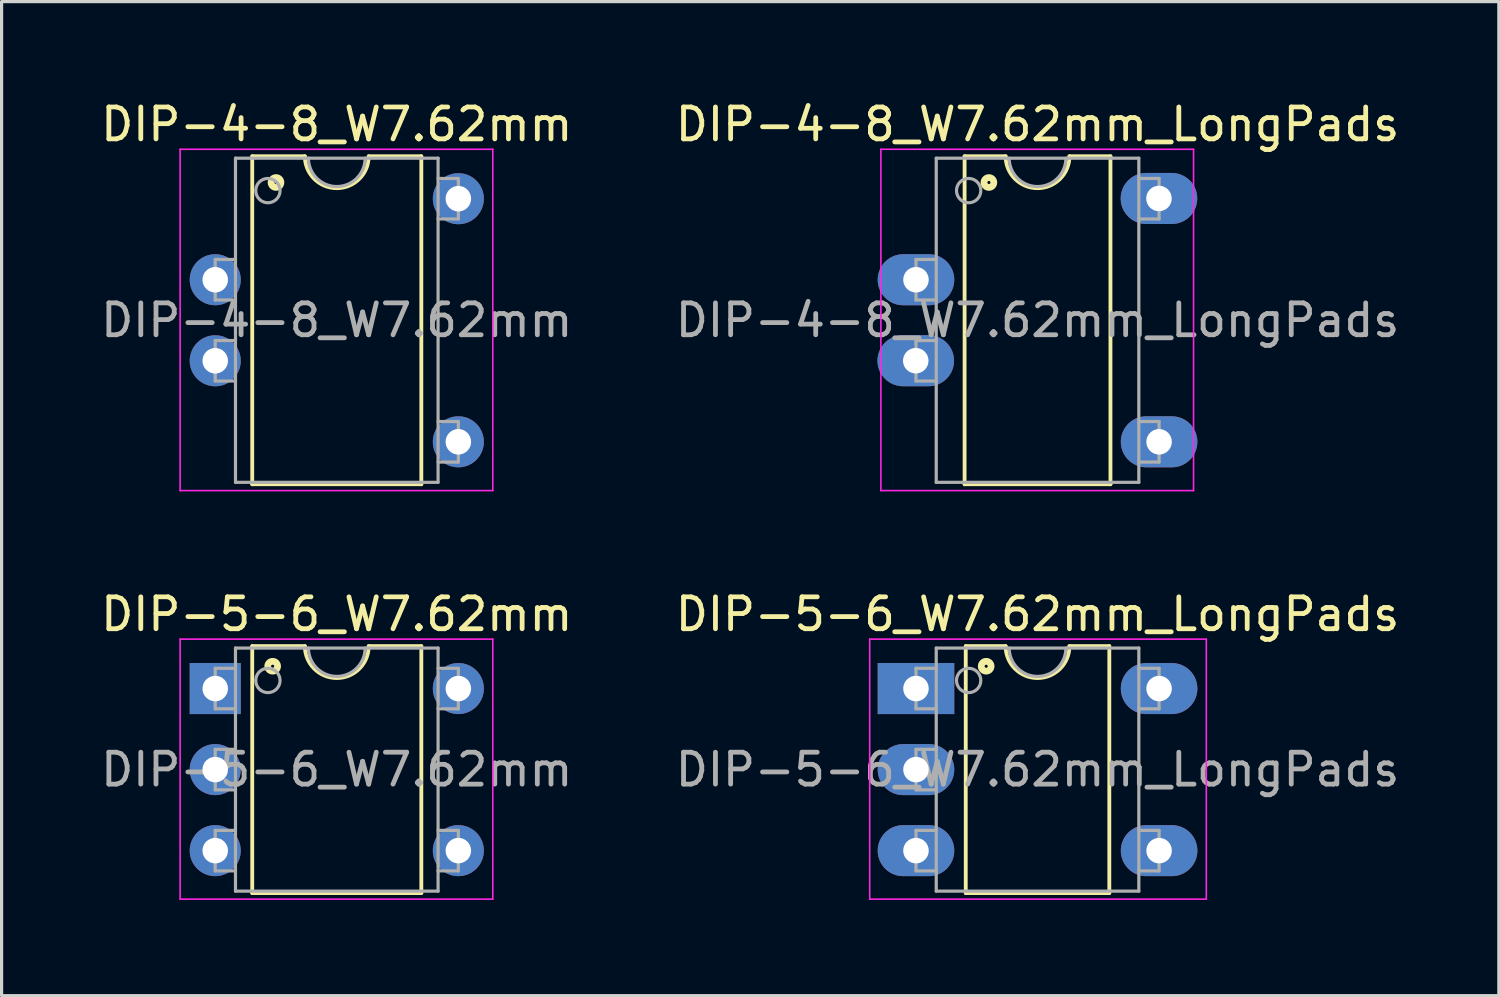
<source format=kicad_pcb>
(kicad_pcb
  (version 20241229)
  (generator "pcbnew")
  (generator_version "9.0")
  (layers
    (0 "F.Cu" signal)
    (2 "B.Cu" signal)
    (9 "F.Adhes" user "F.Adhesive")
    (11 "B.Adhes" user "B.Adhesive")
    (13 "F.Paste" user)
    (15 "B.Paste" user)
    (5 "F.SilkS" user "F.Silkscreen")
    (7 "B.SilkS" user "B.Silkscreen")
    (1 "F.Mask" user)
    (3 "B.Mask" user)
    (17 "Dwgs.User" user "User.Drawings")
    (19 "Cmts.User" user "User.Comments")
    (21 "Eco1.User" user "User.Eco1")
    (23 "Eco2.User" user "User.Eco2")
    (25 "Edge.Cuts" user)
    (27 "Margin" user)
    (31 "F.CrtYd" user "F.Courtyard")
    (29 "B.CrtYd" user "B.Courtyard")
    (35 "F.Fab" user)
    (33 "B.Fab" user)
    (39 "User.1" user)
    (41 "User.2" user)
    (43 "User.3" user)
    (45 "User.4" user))
  (footprint "DIP-4-8_W7.62mm"
    (layer "F.Cu")
    (at 3.696 3.178)
    (property "Reference" "DIP-4-8_W7.62mm" (at 3.81 -2.33 0) (layer "F.SilkS") (effects (font (size 1 1) (thickness 0.15))))
    (fp_line (start 1.16 -1.33) (end 1.16 8.95) (stroke (width 0.12) (type solid)) (layer "F.SilkS"))
    (fp_line (start 1.16 8.95) (end 6.46 8.95) (stroke (width 0.12) (type solid)) (layer "F.SilkS"))
    (fp_line (start 2.81 -1.33) (end 1.16 -1.33) (stroke (width 0.12) (type solid)) (layer "F.SilkS"))
    (fp_line (start 6.46 -1.33) (end 4.81 -1.33) (stroke (width 0.12) (type solid)) (layer "F.SilkS"))
    (fp_line (start 6.46 8.95) (end 6.46 -1.33) (stroke (width 0.12) (type solid)) (layer "F.SilkS"))
    (fp_arc (start 4.81 -1.33) (mid 3.81 -0.33) (end 2.81 -1.33) (stroke (width 0.12) (type solid)) (layer "F.SilkS"))
    (fp_circle (center 1.905 -0.508) (end 1.955 -0.508) (stroke (width 0.12) (type solid)) (fill no) (layer "F.SilkS"))
    (fp_circle (center 1.905 -0.508) (end 2.03 -0.508) (stroke (width 0.12) (type solid)) (fill no) (layer "F.SilkS"))
    (fp_circle (center 1.905 -0.508) (end 2.105 -0.508) (stroke (width 0.12) (type solid)) (fill no) (layer "F.SilkS"))
    (fp_line (start -1.1 -1.55) (end -1.1 9.15) (stroke (width 0.05) (type solid)) (layer "F.CrtYd"))
    (fp_line (start -1.1 9.15) (end 8.7 9.15) (stroke (width 0.05) (type solid)) (layer "F.CrtYd"))
    (fp_line (start 8.7 -1.55) (end -1.1 -1.55) (stroke (width 0.05) (type solid)) (layer "F.CrtYd"))
    (fp_line (start 8.7 9.15) (end 8.7 -1.55) (stroke (width 0.05) (type solid)) (layer "F.CrtYd"))
    (fp_line (start 0 1.905) (end 0 3.175) (stroke (width 0.1) (type solid)) (layer "F.Fab"))
    (fp_line (start 0 1.905) (end 0.635 1.905) (stroke (width 0.1) (type solid)) (layer "F.Fab"))
    (fp_line (start 0 3.175) (end 0.635 3.175) (stroke (width 0.1) (type solid)) (layer "F.Fab"))
    (fp_line (start 0 4.445) (end 0 5.715) (stroke (width 0.1) (type solid)) (layer "F.Fab"))
    (fp_line (start 0 4.445) (end 0.635 4.445) (stroke (width 0.1) (type solid)) (layer "F.Fab"))
    (fp_line (start 0 5.715) (end 0.635 5.715) (stroke (width 0.1) (type solid)) (layer "F.Fab"))
    (fp_line (start 0.635 -1.27) (end 6.985 -1.27) (stroke (width 0.1) (type solid)) (layer "F.Fab"))
    (fp_line (start 0.635 8.89) (end 0.635 -1.27) (stroke (width 0.1) (type solid)) (layer "F.Fab"))
    (fp_line (start 6.985 -1.27) (end 6.985 8.89) (stroke (width 0.1) (type solid)) (layer "F.Fab"))
    (fp_line (start 6.985 8.89) (end 0.635 8.89) (stroke (width 0.1) (type solid)) (layer "F.Fab"))
    (fp_line (start 7.62 -0.635) (end 6.985 -0.635) (stroke (width 0.1) (type solid)) (layer "F.Fab"))
    (fp_line (start 7.62 0.635) (end 6.985 0.635) (stroke (width 0.1) (type solid)) (layer "F.Fab"))
    (fp_line (start 7.62 0.635) (end 7.62 -0.635) (stroke (width 0.1) (type solid)) (layer "F.Fab"))
    (fp_line (start 7.62 6.985) (end 6.985 6.985) (stroke (width 0.1) (type solid)) (layer "F.Fab"))
    (fp_line (start 7.62 8.255) (end 6.985 8.255) (stroke (width 0.1) (type solid)) (layer "F.Fab"))
    (fp_line (start 7.62 8.255) (end 7.62 6.985) (stroke (width 0.1) (type solid)) (layer "F.Fab"))
    (fp_arc (start 4.699 -1.27) (mid 3.81 -0.381) (end 2.921 -1.27) (stroke (width 0.1) (type solid)) (layer "F.Fab"))
    (fp_circle (center 1.651 -0.254) (end 2.032 -0.254) (stroke (width 0.1) (type solid)) (fill no) (layer "F.Fab"))
    (fp_text user "${REFERENCE}" (at 3.81 3.81 0) (layer "F.Fab") (effects (font (size 1 1) (thickness 0.15))))
    (pad "2" thru_hole oval (at 0 2.54) (size 1.6 1.6) (drill 0.8) (layers "*.Cu" "*.Mask"))
    (pad "3" thru_hole oval (at 0 5.08) (size 1.6 1.6) (drill 0.8) (layers "*.Cu" "*.Mask"))
    (pad "5" thru_hole oval (at 7.62 7.62) (size 1.6 1.6) (drill 0.8) (layers "*.Cu" "*.Mask"))
    (pad "8" thru_hole oval (at 7.62 0) (size 1.6 1.6) (drill 0.8) (layers "*.Cu" "*.Mask")))
  (footprint "DIP-5-6_W7.62mm_LongPads"
    (layer "F.Cu")
    (at 25.66 18.532)
    (property "Reference" "DIP-5-6_W7.62mm_LongPads" (at 3.81 -2.33 0) (layer "F.SilkS") (effects (font (size 1 1) (thickness 0.15))))
    (attr through_hole)
    (fp_line (start 1.56 -1.33) (end 1.56 6.41) (stroke (width 0.12) (type solid)) (layer "F.SilkS"))
    (fp_line (start 1.56 6.41) (end 6.06 6.41) (stroke (width 0.12) (type solid)) (layer "F.SilkS"))
    (fp_line (start 2.81 -1.33) (end 1.56 -1.33) (stroke (width 0.12) (type solid)) (layer "F.SilkS"))
    (fp_line (start 6.06 -1.33) (end 4.81 -1.33) (stroke (width 0.12) (type solid)) (layer "F.SilkS"))
    (fp_line (start 6.06 6.41) (end 6.06 -1.33) (stroke (width 0.12) (type solid)) (layer "F.SilkS"))
    (fp_arc (start 4.81 -1.33) (mid 3.81 -0.33) (end 2.81 -1.33) (stroke (width 0.12) (type solid)) (layer "F.SilkS"))
    (fp_circle (center 2.2 -0.7) (end 2.25 -0.7) (stroke (width 0.12) (type solid)) (fill no) (layer "F.SilkS"))
    (fp_circle (center 2.2 -0.7) (end 2.325 -0.7) (stroke (width 0.12) (type solid)) (fill no) (layer "F.SilkS"))
    (fp_circle (center 2.2 -0.7) (end 2.4 -0.7) (stroke (width 0.12) (type solid)) (fill no) (layer "F.SilkS"))
    (fp_line (start -1.45 -1.55) (end -1.45 6.6) (stroke (width 0.05) (type solid)) (layer "F.CrtYd"))
    (fp_line (start -1.45 6.6) (end 9.1 6.6) (stroke (width 0.05) (type solid)) (layer "F.CrtYd"))
    (fp_line (start 9.1 -1.55) (end -1.45 -1.55) (stroke (width 0.05) (type solid)) (layer "F.CrtYd"))
    (fp_line (start 9.1 6.6) (end 9.1 -1.55) (stroke (width 0.05) (type solid)) (layer "F.CrtYd"))
    (fp_line (start 0 -0.635) (end 0 0.635) (stroke (width 0.1) (type solid)) (layer "F.Fab"))
    (fp_line (start 0 -0.635) (end 0.635 -0.635) (stroke (width 0.1) (type solid)) (layer "F.Fab"))
    (fp_line (start 0 0.635) (end 0.635 0.635) (stroke (width 0.1) (type solid)) (layer "F.Fab"))
    (fp_line (start 0 1.905) (end 0 3.175) (stroke (width 0.1) (type solid)) (layer "F.Fab"))
    (fp_line (start 0 1.905) (end 0.635 1.905) (stroke (width 0.1) (type solid)) (layer "F.Fab"))
    (fp_line (start 0 3.175) (end 0.635 3.175) (stroke (width 0.1) (type solid)) (layer "F.Fab"))
    (fp_line (start 0 4.445) (end 0 5.715) (stroke (width 0.1) (type solid)) (layer "F.Fab"))
    (fp_line (start 0 4.445) (end 0.635 4.445) (stroke (width 0.1) (type solid)) (layer "F.Fab"))
    (fp_line (start 0 5.715) (end 0.635 5.715) (stroke (width 0.1) (type solid)) (layer "F.Fab"))
    (fp_line (start 0.635 -1.27) (end 6.985 -1.27) (stroke (width 0.1) (type solid)) (layer "F.Fab"))
    (fp_line (start 0.635 6.35) (end 0.635 -1.27) (stroke (width 0.1) (type solid)) (layer "F.Fab"))
    (fp_line (start 6.985 -1.27) (end 6.985 6.35) (stroke (width 0.1) (type solid)) (layer "F.Fab"))
    (fp_line (start 6.985 6.35) (end 0.635 6.35) (stroke (width 0.1) (type solid)) (layer "F.Fab"))
    (fp_line (start 7.62 -0.635) (end 6.985 -0.635) (stroke (width 0.1) (type solid)) (layer "F.Fab"))
    (fp_line (start 7.62 0.635) (end 6.985 0.635) (stroke (width 0.1) (type solid)) (layer "F.Fab"))
    (fp_line (start 7.62 0.635) (end 7.62 -0.635) (stroke (width 0.1) (type solid)) (layer "F.Fab"))
    (fp_line (start 7.62 4.445) (end 6.985 4.445) (stroke (width 0.1) (type solid)) (layer "F.Fab"))
    (fp_line (start 7.62 5.715) (end 6.985 5.715) (stroke (width 0.1) (type solid)) (layer "F.Fab"))
    (fp_line (start 7.62 5.715) (end 7.62 4.445) (stroke (width 0.1) (type solid)) (layer "F.Fab"))
    (fp_arc (start 4.699 -1.27) (mid 3.81 -0.381) (end 2.921 -1.27) (stroke (width 0.1) (type solid)) (layer "F.Fab"))
    (fp_circle (center 1.651 -0.254) (end 2.032 -0.254) (stroke (width 0.1) (type solid)) (fill no) (layer "F.Fab"))
    (fp_text user "${REFERENCE}" (at 3.81 2.54 0) (layer "F.Fab") (effects (font (size 1 1) (thickness 0.15))))
    (pad "1" thru_hole rect (at 0 0) (size 2.4 1.6) (drill 0.8) (layers "*.Cu" "*.Mask"))
    (pad "2" thru_hole oval (at 0 2.54) (size 2.4 1.6) (drill 0.8) (layers "*.Cu" "*.Mask"))
    (pad "3" thru_hole oval (at 0 5.08) (size 2.4 1.6) (drill 0.8) (layers "*.Cu" "*.Mask"))
    (pad "4" thru_hole oval (at 7.62 5.08) (size 2.4 1.6) (drill 0.8) (layers "*.Cu" "*.Mask"))
    (pad "6" thru_hole oval (at 7.62 0) (size 2.4 1.6) (drill 0.8) (layers "*.Cu" "*.Mask")))
  (footprint "DIP-4-8_W7.62mm_LongPads"
    (layer "F.Cu")
    (at 25.66 3.178)
    (property "Reference" "DIP-4-8_W7.62mm_LongPads" (at 3.81 -2.33 0) (layer "F.SilkS") (effects (font (size 1 1) (thickness 0.15))))
    (fp_line (start 1.524 -1.33) (end 1.524 8.95) (stroke (width 0.12) (type solid)) (layer "F.SilkS"))
    (fp_line (start 1.524 8.95) (end 6.096 8.95) (stroke (width 0.12) (type solid)) (layer "F.SilkS"))
    (fp_line (start 2.81 -1.33) (end 1.524 -1.33) (stroke (width 0.12) (type solid)) (layer "F.SilkS"))
    (fp_line (start 6.096 -1.33) (end 4.81 -1.33) (stroke (width 0.12) (type solid)) (layer "F.SilkS"))
    (fp_line (start 6.096 8.95) (end 6.096 -1.33) (stroke (width 0.12) (type solid)) (layer "F.SilkS"))
    (fp_arc (start 4.81 -1.33) (mid 3.81 -0.33) (end 2.81 -1.33) (stroke (width 0.12) (type solid)) (layer "F.SilkS"))
    (fp_circle (center 2.286 -0.508) (end 2.336 -0.508) (stroke (width 0.12) (type solid)) (fill no) (layer "F.SilkS"))
    (fp_circle (center 2.286 -0.508) (end 2.411 -0.508) (stroke (width 0.12) (type solid)) (fill no) (layer "F.SilkS"))
    (fp_circle (center 2.286 -0.508) (end 2.486 -0.508) (stroke (width 0.12) (type solid)) (fill no) (layer "F.SilkS"))
    (fp_line (start -1.1 -1.55) (end -1.1 9.15) (stroke (width 0.05) (type solid)) (layer "F.CrtYd"))
    (fp_line (start -1.1 9.15) (end 8.7 9.15) (stroke (width 0.05) (type solid)) (layer "F.CrtYd"))
    (fp_line (start 8.7 -1.55) (end -1.1 -1.55) (stroke (width 0.05) (type solid)) (layer "F.CrtYd"))
    (fp_line (start 8.7 9.15) (end 8.7 -1.55) (stroke (width 0.05) (type solid)) (layer "F.CrtYd"))
    (fp_line (start 0 1.905) (end 0 3.175) (stroke (width 0.1) (type solid)) (layer "F.Fab"))
    (fp_line (start 0 1.905) (end 0.635 1.905) (stroke (width 0.1) (type solid)) (layer "F.Fab"))
    (fp_line (start 0 3.175) (end 0.635 3.175) (stroke (width 0.1) (type solid)) (layer "F.Fab"))
    (fp_line (start 0 4.445) (end 0 5.715) (stroke (width 0.1) (type solid)) (layer "F.Fab"))
    (fp_line (start 0 4.445) (end 0.635 4.445) (stroke (width 0.1) (type solid)) (layer "F.Fab"))
    (fp_line (start 0 5.715) (end 0.635 5.715) (stroke (width 0.1) (type solid)) (layer "F.Fab"))
    (fp_line (start 0.635 -1.27) (end 6.985 -1.27) (stroke (width 0.1) (type solid)) (layer "F.Fab"))
    (fp_line (start 0.635 8.89) (end 0.635 -1.27) (stroke (width 0.1) (type solid)) (layer "F.Fab"))
    (fp_line (start 6.985 -1.27) (end 6.985 8.89) (stroke (width 0.1) (type solid)) (layer "F.Fab"))
    (fp_line (start 6.985 8.89) (end 0.635 8.89) (stroke (width 0.1) (type solid)) (layer "F.Fab"))
    (fp_line (start 7.62 -0.635) (end 6.985 -0.635) (stroke (width 0.1) (type solid)) (layer "F.Fab"))
    (fp_line (start 7.62 0.635) (end 6.985 0.635) (stroke (width 0.1) (type solid)) (layer "F.Fab"))
    (fp_line (start 7.62 0.635) (end 7.62 -0.635) (stroke (width 0.1) (type solid)) (layer "F.Fab"))
    (fp_line (start 7.62 6.985) (end 6.985 6.985) (stroke (width 0.1) (type solid)) (layer "F.Fab"))
    (fp_line (start 7.62 8.255) (end 6.985 8.255) (stroke (width 0.1) (type solid)) (layer "F.Fab"))
    (fp_line (start 7.62 8.255) (end 7.62 6.985) (stroke (width 0.1) (type solid)) (layer "F.Fab"))
    (fp_arc (start 4.699 -1.27) (mid 3.81 -0.381) (end 2.921 -1.27) (stroke (width 0.1) (type solid)) (layer "F.Fab"))
    (fp_circle (center 1.651 -0.254) (end 2.032 -0.254) (stroke (width 0.1) (type solid)) (fill no) (layer "F.Fab"))
    (fp_text user "${REFERENCE}" (at 3.81 3.81 0) (layer "F.Fab") (effects (font (size 1 1) (thickness 0.15))))
    (pad "2" thru_hole oval (at 0 2.54) (size 2.4 1.6) (drill 0.8) (layers "*.Cu" "*.Mask"))
    (pad "3" thru_hole oval (at -0.007 5.078) (size 2.4 1.6) (drill 0.8) (layers "*.Cu" "*.Mask"))
    (pad "5" thru_hole oval (at 7.62 7.62) (size 2.4 1.6) (drill 0.8) (layers "*.Cu" "*.Mask"))
    (pad "8" thru_hole oval (at 7.616 -0.007) (size 2.4 1.6) (drill 0.8) (layers "*.Cu" "*.Mask")))
  (footprint "DIP-5-6_W7.62mm"
    (layer "F.Cu")
    (at 3.696 18.532)
    (property "Reference" "DIP-5-6_W7.62mm" (at 3.81 -2.33 0) (layer "F.SilkS") (effects (font (size 1 1) (thickness 0.15))))
    (attr through_hole)
    (fp_line (start 1.16 -1.33) (end 1.16 6.41) (stroke (width 0.12) (type solid)) (layer "F.SilkS"))
    (fp_line (start 1.16 6.41) (end 6.46 6.41) (stroke (width 0.12) (type solid)) (layer "F.SilkS"))
    (fp_line (start 2.81 -1.33) (end 1.16 -1.33) (stroke (width 0.12) (type solid)) (layer "F.SilkS"))
    (fp_line (start 6.46 -1.33) (end 4.81 -1.33) (stroke (width 0.12) (type solid)) (layer "F.SilkS"))
    (fp_line (start 6.46 6.41) (end 6.46 -1.33) (stroke (width 0.12) (type solid)) (layer "F.SilkS"))
    (fp_arc (start 4.81 -1.33) (mid 3.81 -0.33) (end 2.81 -1.33) (stroke (width 0.12) (type solid)) (layer "F.SilkS"))
    (fp_circle (center 1.8 -0.7) (end 1.85 -0.7) (stroke (width 0.12) (type solid)) (fill no) (layer "F.SilkS"))
    (fp_circle (center 1.8 -0.7) (end 1.925 -0.7) (stroke (width 0.12) (type solid)) (fill no) (layer "F.SilkS"))
    (fp_circle (center 1.8 -0.7) (end 2 -0.7) (stroke (width 0.12) (type solid)) (fill no) (layer "F.SilkS"))
    (fp_line (start -1.1 -1.55) (end -1.1 6.6) (stroke (width 0.05) (type solid)) (layer "F.CrtYd"))
    (fp_line (start -1.1 6.6) (end 8.7 6.6) (stroke (width 0.05) (type solid)) (layer "F.CrtYd"))
    (fp_line (start 8.7 -1.55) (end -1.1 -1.55) (stroke (width 0.05) (type solid)) (layer "F.CrtYd"))
    (fp_line (start 8.7 6.6) (end 8.7 -1.55) (stroke (width 0.05) (type solid)) (layer "F.CrtYd"))
    (fp_line (start 0 -0.635) (end 0 0.635) (stroke (width 0.1) (type solid)) (layer "F.Fab"))
    (fp_line (start 0 -0.635) (end 0.635 -0.635) (stroke (width 0.1) (type solid)) (layer "F.Fab"))
    (fp_line (start 0 0.635) (end 0.635 0.635) (stroke (width 0.1) (type solid)) (layer "F.Fab"))
    (fp_line (start 0 1.905) (end 0 3.175) (stroke (width 0.1) (type solid)) (layer "F.Fab"))
    (fp_line (start 0 1.905) (end 0.635 1.905) (stroke (width 0.1) (type solid)) (layer "F.Fab"))
    (fp_line (start 0 3.175) (end 0.635 3.175) (stroke (width 0.1) (type solid)) (layer "F.Fab"))
    (fp_line (start 0 4.445) (end 0 5.715) (stroke (width 0.1) (type solid)) (layer "F.Fab"))
    (fp_line (start 0 4.445) (end 0.635 4.445) (stroke (width 0.1) (type solid)) (layer "F.Fab"))
    (fp_line (start 0 5.715) (end 0.635 5.715) (stroke (width 0.1) (type solid)) (layer "F.Fab"))
    (fp_line (start 0.635 -1.27) (end 6.985 -1.27) (stroke (width 0.1) (type solid)) (layer "F.Fab"))
    (fp_line (start 0.635 6.35) (end 0.635 -1.27) (stroke (width 0.1) (type solid)) (layer "F.Fab"))
    (fp_line (start 6.985 -1.27) (end 6.985 6.35) (stroke (width 0.1) (type solid)) (layer "F.Fab"))
    (fp_line (start 6.985 6.35) (end 0.635 6.35) (stroke (width 0.1) (type solid)) (layer "F.Fab"))
    (fp_line (start 7.62 -0.635) (end 6.985 -0.635) (stroke (width 0.1) (type solid)) (layer "F.Fab"))
    (fp_line (start 7.62 0.635) (end 6.985 0.635) (stroke (width 0.1) (type solid)) (layer "F.Fab"))
    (fp_line (start 7.62 0.635) (end 7.62 -0.635) (stroke (width 0.1) (type solid)) (layer "F.Fab"))
    (fp_line (start 7.62 4.445) (end 6.985 4.445) (stroke (width 0.1) (type solid)) (layer "F.Fab"))
    (fp_line (start 7.62 5.715) (end 6.985 5.715) (stroke (width 0.1) (type solid)) (layer "F.Fab"))
    (fp_line (start 7.62 5.715) (end 7.62 4.445) (stroke (width 0.1) (type solid)) (layer "F.Fab"))
    (fp_arc (start 4.699 -1.27) (mid 3.81 -0.381) (end 2.921 -1.27) (stroke (width 0.1) (type solid)) (layer "F.Fab"))
    (fp_circle (center 1.651 -0.254) (end 2.032 -0.254) (stroke (width 0.1) (type solid)) (fill no) (layer "F.Fab"))
    (fp_text user "${REFERENCE}" (at 3.81 2.54 0) (layer "F.Fab") (effects (font (size 1 1) (thickness 0.15))))
    (pad "1" thru_hole rect (at 0 0) (size 1.6 1.6) (drill 0.8) (layers "*.Cu" "*.Mask"))
    (pad "2" thru_hole oval (at 0 2.54) (size 1.6 1.6) (drill 0.8) (layers "*.Cu" "*.Mask"))
    (pad "3" thru_hole oval (at 0 5.08) (size 1.6 1.6) (drill 0.8) (layers "*.Cu" "*.Mask"))
    (pad "4" thru_hole oval (at 7.62 5.08) (size 1.6 1.6) (drill 0.8) (layers "*.Cu" "*.Mask"))
    (pad "6" thru_hole oval (at 7.62 0) (size 1.6 1.6) (drill 0.8) (layers "*.Cu" "*.Mask")))
  (gr_rect
    (start -3 -3)
    (end 43.929 28.157)
    (stroke (width 0.1) (type default))
    (fill no)
    (layer "Edge.Cuts")))
</source>
